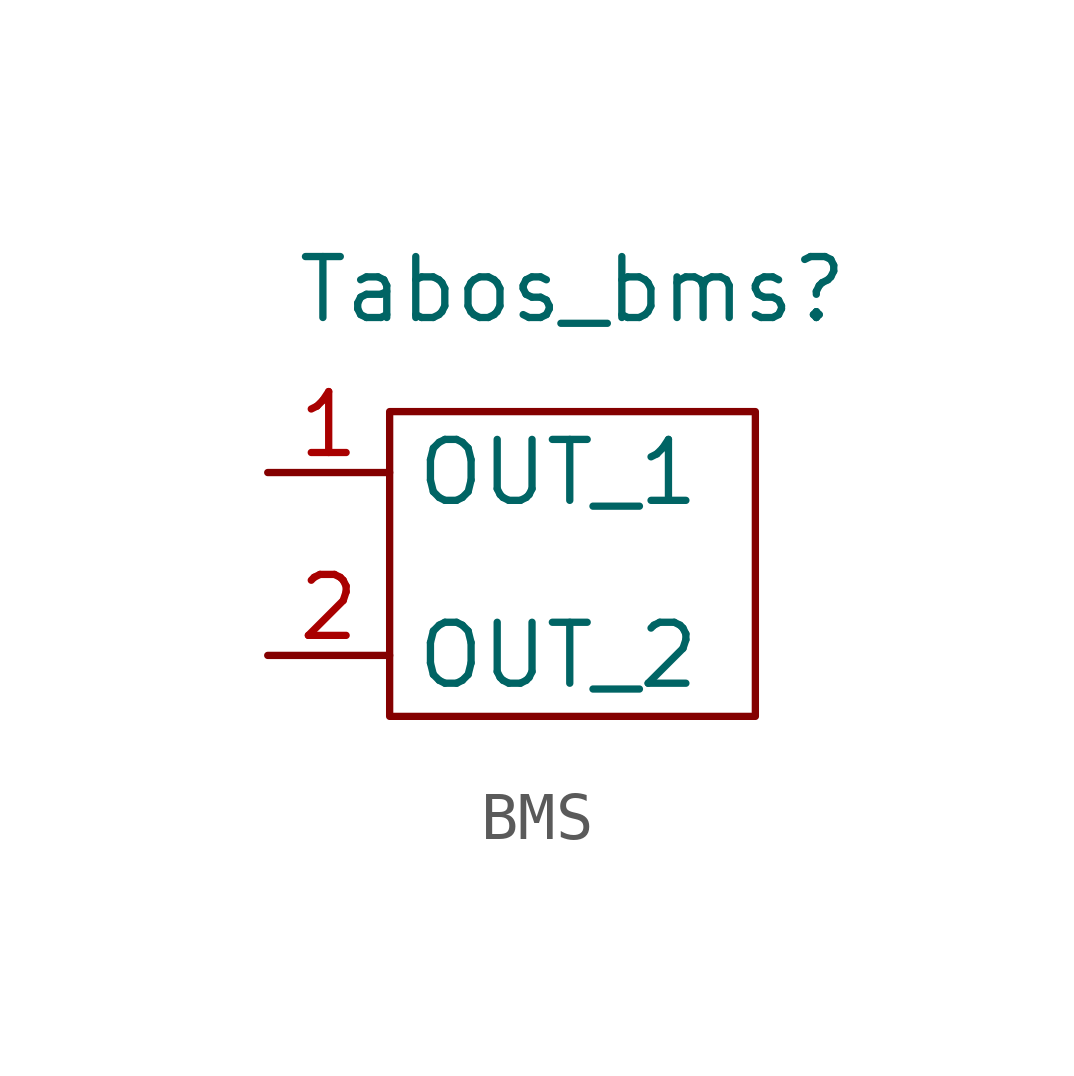
<source format=kicad_sym>
(kicad_symbol_lib
  (version 20220914)
  (generator kicad_symbol_editor)
  (symbol "BMS"
    (property "Reference" "Tabos_bms"
      (at 3.81 8.89 0)
      (effects (font (size 1.27 1.27))))
    (property "Value" ""
      (at 0 0 0)
      (effects (font (size 1.27 1.27))))
    (symbol "BMS_0_1"
      (rectangle (start 0 6.35) (end 7.62 0) (stroke (width 0) (type default)) (fill (type none))))
    (symbol "BMS_1_1"
      (pin input line (at -2.54 5.08 0) (length 2.54) (name "OUT_1" (effects (font (size 1.27 1.27)))) (number "1" (effects (font (size 1.27 1.27)))))
      (pin input line (at -2.54 1.27 0) (length 2.54) (name "OUT_2" (effects (font (size 1.27 1.27)))) (number "2" (effects (font (size 1.27 1.27))))))))
</source>
